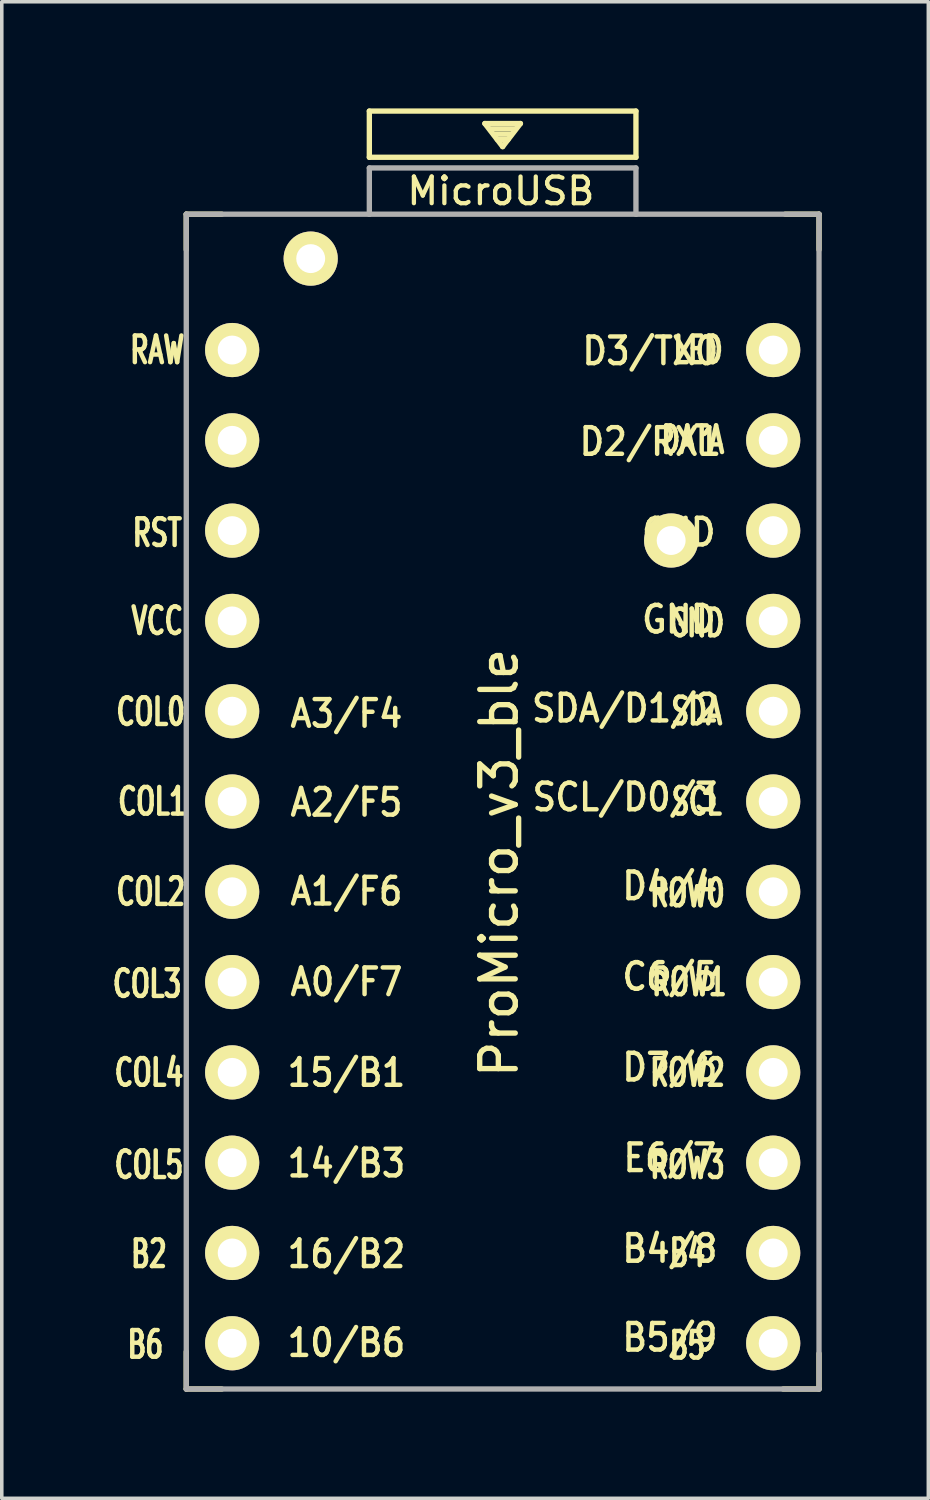
<source format=kicad_pcb>
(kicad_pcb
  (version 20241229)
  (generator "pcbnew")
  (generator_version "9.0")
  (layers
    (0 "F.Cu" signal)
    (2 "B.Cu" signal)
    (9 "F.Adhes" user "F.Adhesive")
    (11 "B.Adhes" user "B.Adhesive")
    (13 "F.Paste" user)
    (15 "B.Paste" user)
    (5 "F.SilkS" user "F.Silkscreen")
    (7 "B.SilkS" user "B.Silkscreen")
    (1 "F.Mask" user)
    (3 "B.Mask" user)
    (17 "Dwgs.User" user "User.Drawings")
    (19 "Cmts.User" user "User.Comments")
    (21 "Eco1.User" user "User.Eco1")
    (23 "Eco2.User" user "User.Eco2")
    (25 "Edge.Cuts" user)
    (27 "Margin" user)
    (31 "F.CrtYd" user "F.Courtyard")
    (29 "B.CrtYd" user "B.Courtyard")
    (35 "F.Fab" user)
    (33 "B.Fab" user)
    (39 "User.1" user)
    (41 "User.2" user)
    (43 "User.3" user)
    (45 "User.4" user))
  (footprint "ProMicro_v3_ble"
    (layer "F.Cu")
    (at 11.09 21.275)
    (property "Reference" "ProMicro_v3_ble" (at -0.1 -0.05 270) (layer "F.SilkS") (effects (font (size 1 1) (thickness 0.15))))
    (attr through_hole)
    (fp_line (start -8.9 -18.3) (end -8.9 -17.3) (stroke (width 0.15) (type solid)) (layer "F.SilkS"))
    (fp_line (start -8.9 -18.3) (end -7.9 -18.3) (stroke (width 0.15) (type solid)) (layer "F.SilkS"))
    (fp_line (start -8.9 13.7) (end -8.9 14.75) (stroke (width 0.15) (type solid)) (layer "F.SilkS"))
    (fp_line (start -8.9 14.75) (end -7.9 14.75) (stroke (width 0.15) (type solid)) (layer "F.SilkS"))
    (fp_line (start -3.75 -21.2) (end -3.75 -19.9) (stroke (width 0.15) (type solid)) (layer "F.SilkS"))
    (fp_line (start -3.75 -19.9) (end 3.75 -19.9) (stroke (width 0.15) (type solid)) (layer "F.SilkS"))
    (fp_line (start -0.5 -20.85) (end 0.5 -20.85) (stroke (width 0.15) (type solid)) (layer "F.SilkS"))
    (fp_line (start -0.35 -20.7) (end 0.35 -20.7) (stroke (width 0.15) (type solid)) (layer "F.SilkS"))
    (fp_line (start -0.25 -20.55) (end 0.25 -20.55) (stroke (width 0.15) (type solid)) (layer "F.SilkS"))
    (fp_line (start -0.15 -20.4) (end 0.15 -20.4) (stroke (width 0.15) (type solid)) (layer "F.SilkS"))
    (fp_line (start 0 -20.2) (end -0.5 -20.85) (stroke (width 0.15) (type solid)) (layer "F.SilkS"))
    (fp_line (start 0.5 -20.85) (end 0 -20.2) (stroke (width 0.15) (type solid)) (layer "F.SilkS"))
    (fp_line (start 3.75 -21.2) (end -3.75 -21.2) (stroke (width 0.15) (type solid)) (layer "F.SilkS"))
    (fp_line (start 3.75 -19.9) (end 3.75 -21.2) (stroke (width 0.15) (type solid)) (layer "F.SilkS"))
    (fp_line (start 8.9 -18.3) (end 7.95 -18.3) (stroke (width 0.15) (type solid)) (layer "F.SilkS"))
    (fp_line (start 8.9 -18.3) (end 8.9 -17.3) (stroke (width 0.15) (type solid)) (layer "F.SilkS"))
    (fp_line (start 8.9 13.75) (end 8.9 14.75) (stroke (width 0.15) (type solid)) (layer "F.SilkS"))
    (fp_line (start 8.9 14.75) (end 7.89 14.75) (stroke (width 0.15) (type solid)) (layer "F.SilkS"))
    (fp_line (start -8.9 -18.3) (end -3.75 -18.3) (stroke (width 0.15) (type solid)) (layer "F.Fab"))
    (fp_line (start -8.9 14.75) (end -8.9 -18.3) (stroke (width 0.15) (type solid)) (layer "F.Fab"))
    (fp_line (start -3.75 -19.6) (end -3.75 -18.299) (stroke (width 0.15) (type solid)) (layer "F.Fab"))
    (fp_line (start -3.75 -19.6) (end 3.75 -19.6) (stroke (width 0.15) (type solid)) (layer "F.Fab"))
    (fp_line (start -3.75 -18.3) (end 3.75 -18.3) (stroke (width 0.15) (type solid)) (layer "F.Fab"))
    (fp_line (start 3.75 -19.6) (end 3.75 -18.3) (stroke (width 0.15) (type solid)) (layer "F.Fab"))
    (fp_line (start 3.76 -18.3) (end 8.9 -18.3) (stroke (width 0.15) (type solid)) (layer "F.Fab"))
    (fp_line (start 8.9 -18.3) (end 8.9 14.75) (stroke (width 0.15) (type solid)) (layer "F.Fab"))
    (fp_line (start 8.9 14.75) (end -8.9 14.75) (stroke (width 0.15) (type solid)) (layer "F.Fab"))
    (fp_text user "SDA/D1/2" (at 3.455 -4.4 0) (unlocked yes) (layer "F.SilkS") (effects (font (size 0.75 0.67) (thickness 0.125))))
    (fp_text user "COL0" (at -9.9 -4.3 0) (layer "F.SilkS") (effects (font (size 0.75 0.5) (thickness 0.125))))
    (fp_text user "ROW0" (at 5.2 0.8 0) (layer "F.SilkS") (effects (font (size 0.75 0.5) (thickness 0.125))))
    (fp_text user "B6" (at -10.05 13.5 0) (layer "F.SilkS") (effects (font (size 0.75 0.5) (thickness 0.125))))
    (fp_text user "RST" (at -9.716 -9.335 0) (unlocked yes) (layer "F.SilkS") (effects (font (size 0.75 0.5) (thickness 0.125))))
    (fp_text user "VCC" (at -9.716 -6.858 0) (unlocked yes) (layer "F.SilkS") (effects (font (size 0.75 0.5) (thickness 0.125))))
    (fp_text user "B4" (at 5.2 10.922 0) (layer "F.SilkS") (effects (font (size 0.75 0.5) (thickness 0.125))))
    (fp_text user "C6/5" (at 4.705 3.15 0) (unlocked yes) (layer "F.SilkS") (effects (font (size 0.75 0.67) (thickness 0.125))))
    (fp_text user "GND" (at 4.955 -6.9 0) (unlocked yes) (layer "F.SilkS") (effects (font (size 0.75 0.67) (thickness 0.125))))
    (fp_text user "A2/F5" (at -4.395 -1.75 0) (unlocked yes) (layer "F.SilkS") (effects (font (size 0.75 0.67) (thickness 0.125))))
    (fp_text user "16/B2" (at -4.395 10.95 0) (unlocked yes) (layer "F.SilkS") (effects (font (size 0.75 0.67) (thickness 0.125))))
    (fp_text user "ROW2" (at 5.2 5.85 0) (layer "F.SilkS") (effects (font (size 0.75 0.5) (thickness 0.125))))
    (fp_text user "D2/RX1" (at 4.155 -11.9 0) (unlocked yes) (layer "F.SilkS") (effects (font (size 0.75 0.67) (thickness 0.125))))
    (fp_text user "" (at -0.545 -17.4 0) (layer "F.SilkS") (effects (font (size 1 1) (thickness 0.15))))
    (fp_text user "B5" (at 5.2 13.525 0) (layer "F.SilkS") (effects (font (size 0.75 0.5) (thickness 0.125))))
    (fp_text user "A3/F4" (at -4.395 -4.25 0) (unlocked yes) (layer "F.SilkS") (effects (font (size 0.75 0.67) (thickness 0.125))))
    (fp_text user "D4/4" (at 4.705 0.6 0) (unlocked yes) (layer "F.SilkS") (effects (font (size 0.75 0.67) (thickness 0.125))))
    (fp_text user "14/B3" (at -4.395 8.4 0) (unlocked yes) (layer "F.SilkS") (effects (font (size 0.75 0.67) (thickness 0.125))))
    (fp_text user "E6/7" (at 4.705 8.25 0) (unlocked yes) (layer "F.SilkS") (effects (font (size 0.75 0.67) (thickness 0.125))))
    (fp_text user "SDA" (at 5.461 -4.318 0) (layer "F.SilkS") (effects (font (size 0.75 0.5) (thickness 0.125))))
    (fp_text user "A1/F6" (at -4.395 0.75 0) (unlocked yes) (layer "F.SilkS") (effects (font (size 0.75 0.67) (thickness 0.125))))
    (fp_text user "COL5" (at -9.95 8.445 0) (layer "F.SilkS") (effects (font (size 0.75 0.5) (thickness 0.125))))
    (fp_text user "COL1" (at -9.85 -1.778 0) (layer "F.SilkS") (effects (font (size 0.75 0.5) (thickness 0.125))))
    (fp_text user "GND" (at 4.955 -9.35 0) (unlocked yes) (layer "F.SilkS") (effects (font (size 0.75 0.67) (thickness 0.125))))
    (fp_text user "RAW" (at -9.716 -14.478 0) (unlocked yes) (layer "F.SilkS") (effects (font (size 0.75 0.5) (thickness 0.125))))
    (fp_text user "15/B1" (at -4.395 5.85 0) (unlocked yes) (layer "F.SilkS") (effects (font (size 0.75 0.67) (thickness 0.125))))
    (fp_text user "COL4" (at -9.95 5.85 0) (layer "F.SilkS") (effects (font (size 0.75 0.5) (thickness 0.125))))
    (fp_text user "SCL/D0/3" (at 3.455 -1.9 0) (unlocked yes) (layer "F.SilkS") (effects (font (size 0.75 0.67) (thickness 0.125))))
    (fp_text user "LED" (at 5.5 -14.478 0) (layer "F.SilkS") (effects (font (size 0.75 0.5) (thickness 0.125))))
    (fp_text user "SCL" (at 5.461 -1.778 0) (layer "F.SilkS") (effects (font (size 0.75 0.5) (thickness 0.125))))
    (fp_text user "D3/TX0" (at 4.155 -14.45 0) (unlocked yes) (layer "F.SilkS") (effects (font (size 0.75 0.67) (thickness 0.125))))
    (fp_text user "MicroUSB" (at -0.05 -18.95 0) (layer "F.SilkS") (effects (font (size 0.75 0.75) (thickness 0.12))))
    (fp_text user "ROW1" (at 5.25 3.302 0) (layer "F.SilkS") (effects (font (size 0.75 0.5) (thickness 0.125))))
    (fp_text user "B2" (at -9.95 10.95 0) (layer "F.SilkS") (effects (font (size 0.75 0.5) (thickness 0.125))))
    (fp_text user "COL2" (at -9.9 0.762 0) (layer "F.SilkS") (effects (font (size 0.75 0.5) (thickness 0.125))))
    (fp_text user "GND" (at 5.461 -6.795 0) (unlocked yes) (layer "F.SilkS") (effects (font (size 0.75 0.5) (thickness 0.125))))
    (fp_text user "B5/9" (at 4.705 13.3 0) (unlocked yes) (layer "F.SilkS") (effects (font (size 0.75 0.67) (thickness 0.125))))
    (fp_text user "DATA" (at 5.35 -11.95 0) (layer "F.SilkS") (effects (font (size 0.75 0.5) (thickness 0.125))))
    (fp_text user "D7/6" (at 4.705 5.7 0) (unlocked yes) (layer "F.SilkS") (effects (font (size 0.75 0.67) (thickness 0.125))))
    (fp_text user "B4/8" (at 4.705 10.8 0) (unlocked yes) (layer "F.SilkS") (effects (font (size 0.75 0.67) (thickness 0.125))))
    (fp_text user "A0/F7" (at -4.395 3.3 0) (unlocked yes) (layer "F.SilkS") (effects (font (size 0.75 0.67) (thickness 0.125))))
    (fp_text user "ROW3" (at 5.2 8.445 0) (layer "F.SilkS") (effects (font (size 0.75 0.5) (thickness 0.125))))
    (fp_text user "COL3" (at -10 3.35 0) (layer "F.SilkS") (effects (font (size 0.75 0.5) (thickness 0.125))))
    (fp_text user "10/B6" (at -4.395 13.45 0) (unlocked yes) (layer "F.SilkS") (effects (font (size 0.75 0.67) (thickness 0.125))))
    (fp_text user "" (at -1.206 -16.256 0) (layer "B.SilkS") (effects (font (size 1 1) (thickness 0.15)) (justify mirror)))
    (pad "1" thru_hole circle (at 7.611 -14.478) (size 1.524 1.524) (drill 0.813) (layers "*.Cu" "*.Mask" "F.SilkS"))
    (pad "2" thru_hole circle (at 7.611 -11.938) (size 1.524 1.524) (drill 0.813) (layers "*.Cu" "*.Mask" "F.SilkS"))
    (pad "3" thru_hole circle (at 7.611 -9.398) (size 1.524 1.524) (drill 0.813) (layers "*.Cu" "*.Mask" "F.SilkS"))
    (pad "4" thru_hole circle (at 7.611 -6.858) (size 1.524 1.524) (drill 0.813) (layers "*.Cu" "*.Mask" "F.SilkS"))
    (pad "5" thru_hole circle (at 7.611 -4.318) (size 1.524 1.524) (drill 0.813) (layers "*.Cu" "*.Mask" "F.SilkS"))
    (pad "6" thru_hole circle (at 7.611 -1.778) (size 1.524 1.524) (drill 0.813) (layers "*.Cu" "*.Mask" "F.SilkS"))
    (pad "7" thru_hole circle (at 7.611 0.762) (size 1.524 1.524) (drill 0.813) (layers "*.Cu" "*.Mask" "F.SilkS"))
    (pad "8" thru_hole circle (at 7.611 3.302) (size 1.524 1.524) (drill 0.813) (layers "*.Cu" "*.Mask" "F.SilkS"))
    (pad "9" thru_hole circle (at 7.611 5.842) (size 1.524 1.524) (drill 0.813) (layers "*.Cu" "*.Mask" "F.SilkS"))
    (pad "10" thru_hole circle (at 7.611 8.382) (size 1.524 1.524) (drill 0.813) (layers "*.Cu" "*.Mask" "F.SilkS"))
    (pad "11" thru_hole circle (at 7.611 10.922) (size 1.524 1.524) (drill 0.813) (layers "*.Cu" "*.Mask" "F.SilkS"))
    (pad "12" thru_hole circle (at 7.611 13.462) (size 1.524 1.524) (drill 0.813) (layers "*.Cu" "*.Mask" "F.SilkS"))
    (pad "13" thru_hole circle (at -7.609 13.462) (size 1.524 1.524) (drill 0.813) (layers "*.Cu" "*.Mask" "F.SilkS"))
    (pad "14" thru_hole circle (at -7.609 10.922) (size 1.524 1.524) (drill 0.813) (layers "*.Cu" "*.Mask" "F.SilkS"))
    (pad "15" thru_hole circle (at -7.609 8.382) (size 1.524 1.524) (drill 0.813) (layers "*.Cu" "*.Mask" "F.SilkS"))
    (pad "16" thru_hole circle (at -7.609 5.842) (size 1.524 1.524) (drill 0.813) (layers "*.Cu" "*.Mask" "F.SilkS"))
    (pad "17" thru_hole circle (at -7.609 3.302) (size 1.524 1.524) (drill 0.813) (layers "*.Cu" "*.Mask" "F.SilkS"))
    (pad "18" thru_hole circle (at -7.609 0.762) (size 1.524 1.524) (drill 0.813) (layers "*.Cu" "*.Mask" "F.SilkS"))
    (pad "19" thru_hole circle (at -7.609 -1.778) (size 1.524 1.524) (drill 0.813) (layers "*.Cu" "*.Mask" "F.SilkS"))
    (pad "20" thru_hole circle (at -7.609 -4.318) (size 1.524 1.524) (drill 0.813) (layers "*.Cu" "*.Mask" "F.SilkS"))
    (pad "21" thru_hole circle (at -7.609 -6.858) (size 1.524 1.524) (drill 0.813) (layers "*.Cu" "*.Mask" "F.SilkS"))
    (pad "22" thru_hole circle (at -7.609 -9.398) (size 1.524 1.524) (drill 0.813) (layers "*.Cu" "*.Mask" "F.SilkS"))
    (pad "23" thru_hole circle (at -7.609 -11.938) (size 1.524 1.524) (drill 0.813) (layers "*.Cu" "*.Mask" "F.SilkS"))
    (pad "24" thru_hole circle (at -7.609 -14.478) (size 1.524 1.524) (drill 0.813) (layers "*.Cu" "*.Mask" "F.SilkS"))
    (pad "B1b" thru_hole circle (at 4.74 -9.12) (size 1.524 1.524) (drill 0.813) (layers "*.Cu" "*.Mask" "F.SilkS"))
    (pad "Bb" thru_hole circle (at -5.4 -17.05) (size 1.524 1.524) (drill 0.813) (layers "*.Cu" "*.Mask" "F.SilkS")))
  (gr_rect
    (start -3 -3)
    (end 23.065 39.1)
    (stroke (width 0.1) (type default))
    (fill no)
    (layer "Edge.Cuts")))
</source>
